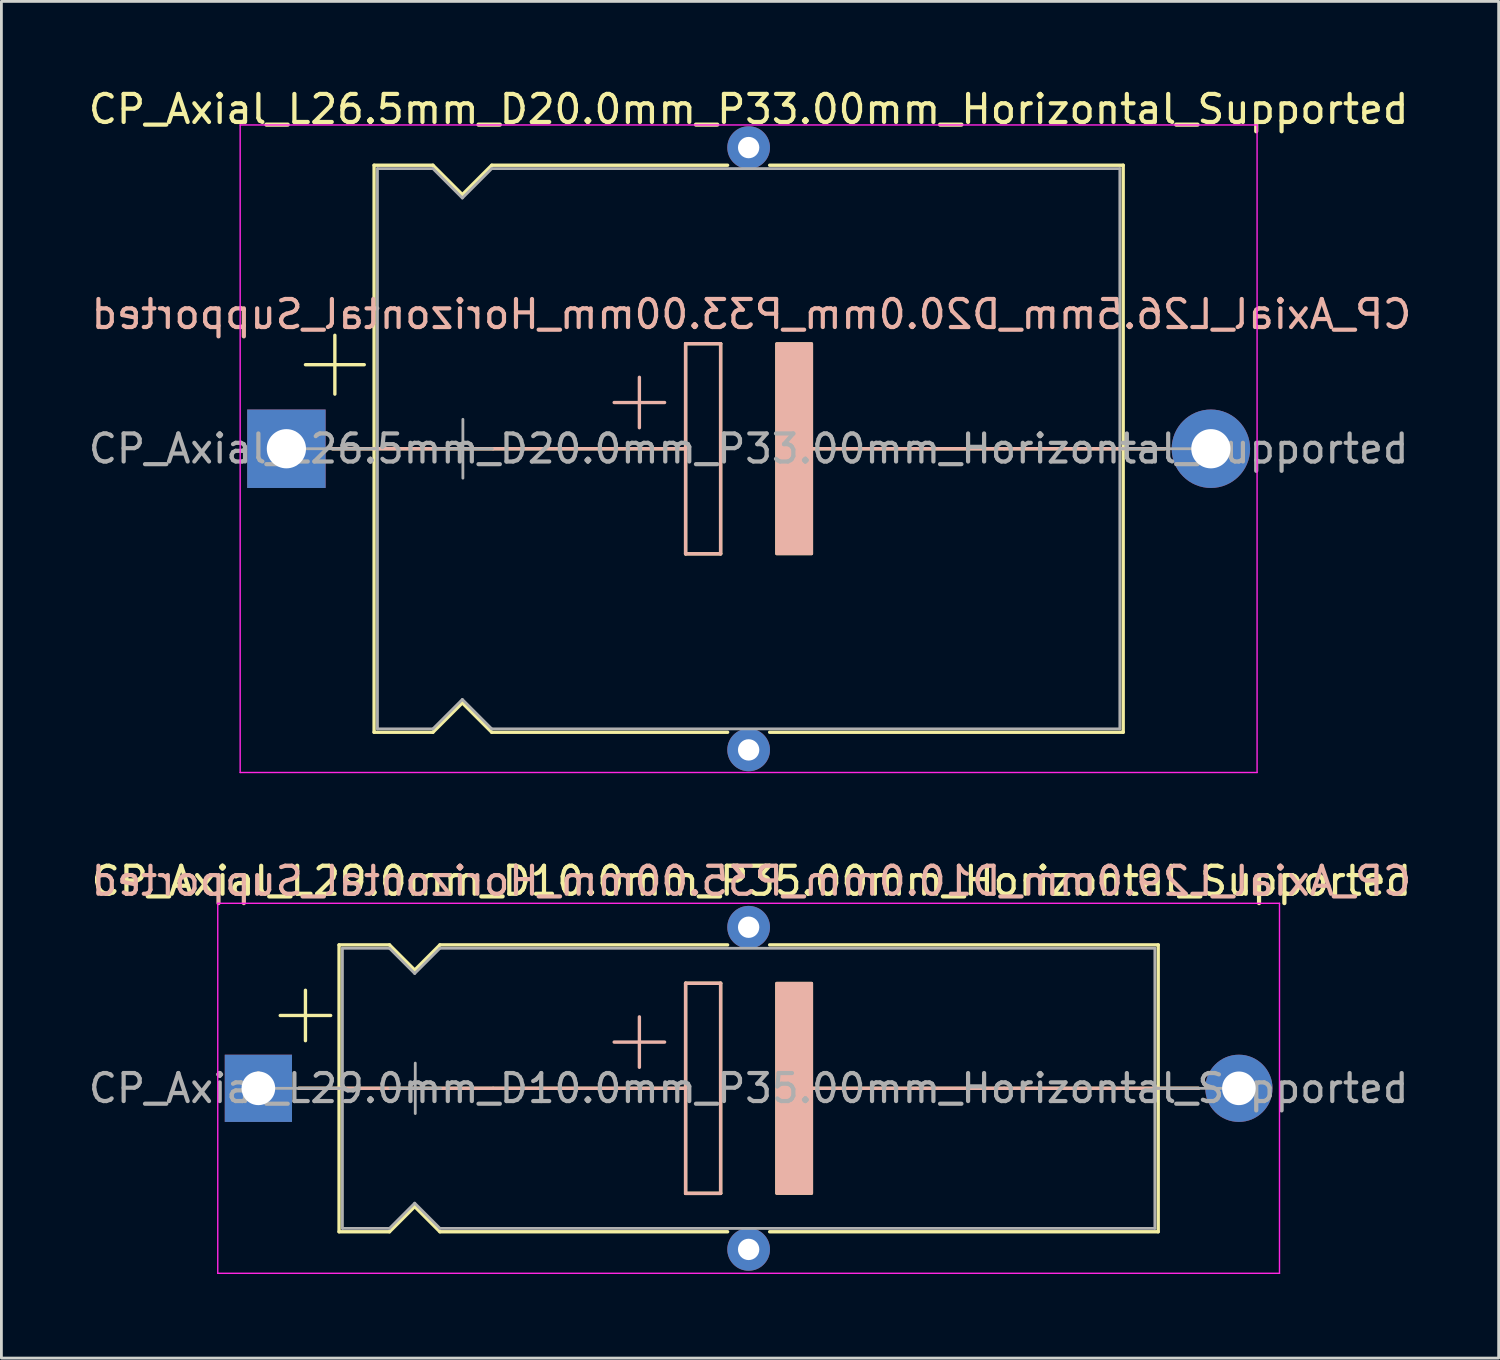
<source format=kicad_pcb>
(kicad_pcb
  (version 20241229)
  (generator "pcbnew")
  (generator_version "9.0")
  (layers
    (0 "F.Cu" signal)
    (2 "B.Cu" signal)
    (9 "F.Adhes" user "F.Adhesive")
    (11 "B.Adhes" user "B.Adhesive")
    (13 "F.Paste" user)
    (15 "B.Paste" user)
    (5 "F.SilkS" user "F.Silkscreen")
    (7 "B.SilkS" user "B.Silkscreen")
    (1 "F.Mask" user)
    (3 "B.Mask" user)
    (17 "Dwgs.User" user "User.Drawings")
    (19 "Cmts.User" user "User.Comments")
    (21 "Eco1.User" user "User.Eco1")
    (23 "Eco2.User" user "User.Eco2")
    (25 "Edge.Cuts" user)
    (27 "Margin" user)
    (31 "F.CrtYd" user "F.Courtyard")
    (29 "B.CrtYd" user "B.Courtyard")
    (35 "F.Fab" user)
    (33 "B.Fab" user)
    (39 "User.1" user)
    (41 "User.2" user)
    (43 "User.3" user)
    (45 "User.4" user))
  (footprint "CP_Axial_L26.5mm_D20.0mm_P33.00mm_Horizontal_Supported"
    (layer "F.Cu")
    (at 7.173 12.968)
    (property "Reference" "CP_Axial_L26.5mm_D20.0mm_P33.00mm_Horizontal_Supported" (at 16.5 -12.12 0) (layer "F.SilkS") (effects (font (size 1 1) (thickness 0.15))))
    (fp_line (start 0.68 -3) (end 2.78 -3) (stroke (width 0.12) (type solid)) (layer "F.SilkS"))
    (fp_line (start 1.64 0) (end 3.13 0) (stroke (width 0.12) (type solid)) (layer "F.SilkS"))
    (fp_line (start 1.73 -4.05) (end 1.73 -1.95) (stroke (width 0.12) (type solid)) (layer "F.SilkS"))
    (fp_line (start 3.13 -10.12) (end 3.13 10.12) (stroke (width 0.12) (type solid)) (layer "F.SilkS"))
    (fp_line (start 3.13 -10.12) (end 5.23 -10.12) (stroke (width 0.12) (type solid)) (layer "F.SilkS"))
    (fp_line (start 3.13 0) (end 14.25 0) (stroke (width 0.12) (type solid)) (layer "F.SilkS"))
    (fp_line (start 3.13 10.12) (end 5.23 10.12) (stroke (width 0.12) (type solid)) (layer "F.SilkS"))
    (fp_line (start 5.23 -10.12) (end 6.28 -9.07) (stroke (width 0.12) (type solid)) (layer "F.SilkS"))
    (fp_line (start 5.23 10.12) (end 6.28 9.07) (stroke (width 0.12) (type solid)) (layer "F.SilkS"))
    (fp_line (start 6.28 -9.07) (end 7.33 -10.12) (stroke (width 0.12) (type solid)) (layer "F.SilkS"))
    (fp_line (start 6.28 9.07) (end 7.33 10.12) (stroke (width 0.12) (type solid)) (layer "F.SilkS"))
    (fp_line (start 7.33 -10.12) (end 15.75 -10.12) (stroke (width 0.12) (type solid)) (layer "F.SilkS"))
    (fp_line (start 7.33 10.12) (end 15.75 10.12) (stroke (width 0.12) (type solid)) (layer "F.SilkS"))
    (fp_line (start 14.25 -3.75) (end 15.5 -3.75) (stroke (width 0.12) (type solid)) (layer "F.SilkS"))
    (fp_line (start 14.25 0) (end 14.25 -3.75) (stroke (width 0.12) (type solid)) (layer "F.SilkS"))
    (fp_line (start 14.25 3.75) (end 14.25 0) (stroke (width 0.12) (type solid)) (layer "F.SilkS"))
    (fp_line (start 15.5 -3.75) (end 15.5 3.75) (stroke (width 0.12) (type solid)) (layer "F.SilkS"))
    (fp_line (start 15.5 3.75) (end 14.25 3.75) (stroke (width 0.12) (type solid)) (layer "F.SilkS"))
    (fp_line (start 17.25 -10.12) (end 29.87 -10.12) (stroke (width 0.12) (type solid)) (layer "F.SilkS"))
    (fp_line (start 17.25 10.12) (end 29.87 10.12) (stroke (width 0.12) (type solid)) (layer "F.SilkS"))
    (fp_line (start 18.75 0) (end 29.87 0) (stroke (width 0.12) (type solid)) (layer "F.SilkS"))
    (fp_line (start 29.87 -10.12) (end 29.87 10.12) (stroke (width 0.12) (type solid)) (layer "F.SilkS"))
    (fp_line (start 31.36 0) (end 29.87 0) (stroke (width 0.12) (type solid)) (layer "F.SilkS"))
    (fp_poly (pts (xy 18.75 3.75) (xy 17.5 3.75) (xy 17.5 -3.75) (xy 18.75 -3.75)) (stroke (width 0.1) (type solid)) (fill yes) (layer "F.SilkS"))
    (fp_line (start 1.65 0) (end 7.38 0) (stroke (width 0.12) (type solid)) (layer "B.SilkS"))
    (fp_line (start 7.38 0) (end 14.25 0) (stroke (width 0.12) (type solid)) (layer "B.SilkS"))
    (fp_line (start 12.6 -2.55) (end 12.6 -0.75) (stroke (width 0.12) (type solid)) (layer "B.SilkS"))
    (fp_line (start 13.5 -1.65) (end 11.7 -1.65) (stroke (width 0.12) (type solid)) (layer "B.SilkS"))
    (fp_line (start 14.25 -3.75) (end 15.5 -3.75) (stroke (width 0.12) (type solid)) (layer "B.SilkS"))
    (fp_line (start 14.25 0) (end 14.25 -3.75) (stroke (width 0.12) (type solid)) (layer "B.SilkS"))
    (fp_line (start 14.25 3.75) (end 14.25 0) (stroke (width 0.12) (type solid)) (layer "B.SilkS"))
    (fp_line (start 15.5 -3.75) (end 15.5 3.75) (stroke (width 0.12) (type solid)) (layer "B.SilkS"))
    (fp_line (start 15.5 3.75) (end 14.25 3.75) (stroke (width 0.12) (type solid)) (layer "B.SilkS"))
    (fp_line (start 18.75 0) (end 25.62 0) (stroke (width 0.12) (type solid)) (layer "B.SilkS"))
    (fp_line (start 31.35 0) (end 25.62 0) (stroke (width 0.12) (type solid)) (layer "B.SilkS"))
    (fp_poly (pts (xy 18.75 3.75) (xy 17.5 3.75) (xy 17.5 -3.75) (xy 18.75 -3.75)) (stroke (width 0.1) (type solid)) (fill yes) (layer "B.SilkS"))
    (fp_line (start -1.651 11.557) (end 34.649 11.557) (stroke (width 0.05) (type solid)) (layer "F.CrtYd"))
    (fp_line (start -1.65 -11.557) (end -1.65 11.557) (stroke (width 0.05) (type solid)) (layer "F.CrtYd"))
    (fp_line (start 34.649 -11.557) (end -1.651 -11.557) (stroke (width 0.05) (type solid)) (layer "F.CrtYd"))
    (fp_line (start 34.649 11.557) (end 34.649 -11.557) (stroke (width 0.05) (type solid)) (layer "F.CrtYd"))
    (fp_line (start 0 0) (end 3.25 0) (stroke (width 0.1) (type solid)) (layer "F.Fab"))
    (fp_line (start 3.25 -10) (end 3.25 10) (stroke (width 0.1) (type solid)) (layer "F.Fab"))
    (fp_line (start 3.25 -10) (end 5.23 -10) (stroke (width 0.1) (type solid)) (layer "F.Fab"))
    (fp_line (start 3.25 10) (end 5.23 10) (stroke (width 0.1) (type solid)) (layer "F.Fab"))
    (fp_line (start 5.23 -10) (end 6.28 -8.95) (stroke (width 0.1) (type solid)) (layer "F.Fab"))
    (fp_line (start 5.23 10) (end 6.28 8.95) (stroke (width 0.1) (type solid)) (layer "F.Fab"))
    (fp_line (start 5.25 0) (end 7.35 0) (stroke (width 0.1) (type solid)) (layer "F.Fab"))
    (fp_line (start 6.28 -8.95) (end 7.33 -10) (stroke (width 0.1) (type solid)) (layer "F.Fab"))
    (fp_line (start 6.28 8.95) (end 7.33 10) (stroke (width 0.1) (type solid)) (layer "F.Fab"))
    (fp_line (start 6.3 -1.05) (end 6.3 1.05) (stroke (width 0.1) (type solid)) (layer "F.Fab"))
    (fp_line (start 7.33 -10) (end 29.75 -10) (stroke (width 0.1) (type solid)) (layer "F.Fab"))
    (fp_line (start 7.33 10) (end 29.75 10) (stroke (width 0.1) (type solid)) (layer "F.Fab"))
    (fp_line (start 29.75 -10) (end 29.75 10) (stroke (width 0.1) (type solid)) (layer "F.Fab"))
    (fp_line (start 33 0) (end 29.75 0) (stroke (width 0.1) (type solid)) (layer "F.Fab"))
    (fp_text user "${REFERENCE}" (at 16.6 -4.8 0) (layer "B.SilkS") (effects (font (size 1 1) (thickness 0.15)) (justify mirror)))
    (fp_text user "${REFERENCE}" (at 16.5 0 0) (layer "F.Fab") (effects (font (size 1 1) (thickness 0.15))))
    (pad "1" thru_hole rect (at 0 0) (size 2.8 2.8) (drill 1.4) (layers "*.Cu" "*.Mask"))
    (pad "2" thru_hole oval (at 33 0) (size 2.8 2.8) (drill 1.4) (layers "*.Cu" "*.Mask"))
    (pad "~" thru_hole circle (at 16.5 -10.75) (size 1.524 1.524) (drill 0.762) (layers "*.Cu" "*.Mask"))
    (pad "~" thru_hole circle (at 16.5 10.75) (size 1.524 1.524) (drill 0.762) (layers "*.Cu" "*.Mask")))
  (footprint "CP_Axial_L29.0mm_D10.0mm_P35.00mm_Horizontal_Supported"
    (layer "F.Cu")
    (at 6.173 35.798)
    (property "Reference" "CP_Axial_L29.0mm_D10.0mm_P35.00mm_Horizontal_Supported" (at 17.6 -7.4 0) (layer "F.SilkS") (effects (font (size 1 1) (thickness 0.15))))
    (fp_line (start 0.78 -2.6) (end 2.58 -2.6) (stroke (width 0.12) (type solid)) (layer "F.SilkS"))
    (fp_line (start 1.44 0) (end 2.88 0) (stroke (width 0.12) (type solid)) (layer "F.SilkS"))
    (fp_line (start 1.68 -3.5) (end 1.68 -1.7) (stroke (width 0.12) (type solid)) (layer "F.SilkS"))
    (fp_line (start 2.88 -5.12) (end 2.88 5.12) (stroke (width 0.12) (type solid)) (layer "F.SilkS"))
    (fp_line (start 2.88 -5.12) (end 4.68 -5.12) (stroke (width 0.12) (type solid)) (layer "F.SilkS"))
    (fp_line (start 2.88 0) (end 15.25 0) (stroke (width 0.12) (type solid)) (layer "F.SilkS"))
    (fp_line (start 2.88 5.12) (end 4.68 5.12) (stroke (width 0.12) (type solid)) (layer "F.SilkS"))
    (fp_line (start 4.68 -5.12) (end 5.58 -4.22) (stroke (width 0.12) (type solid)) (layer "F.SilkS"))
    (fp_line (start 4.68 5.12) (end 5.58 4.22) (stroke (width 0.12) (type solid)) (layer "F.SilkS"))
    (fp_line (start 5.58 -4.22) (end 6.48 -5.12) (stroke (width 0.12) (type solid)) (layer "F.SilkS"))
    (fp_line (start 5.58 4.22) (end 6.48 5.12) (stroke (width 0.12) (type solid)) (layer "F.SilkS"))
    (fp_line (start 6.48 -5.12) (end 16.75 -5.12) (stroke (width 0.12) (type solid)) (layer "F.SilkS"))
    (fp_line (start 6.48 5.12) (end 16.75 5.12) (stroke (width 0.12) (type solid)) (layer "F.SilkS"))
    (fp_line (start 15.25 -3.75) (end 16.5 -3.75) (stroke (width 0.12) (type solid)) (layer "F.SilkS"))
    (fp_line (start 15.25 0) (end 15.25 -3.75) (stroke (width 0.12) (type solid)) (layer "F.SilkS"))
    (fp_line (start 15.25 3.75) (end 15.25 0) (stroke (width 0.12) (type solid)) (layer "F.SilkS"))
    (fp_line (start 16.5 -3.75) (end 16.5 3.75) (stroke (width 0.12) (type solid)) (layer "F.SilkS"))
    (fp_line (start 16.5 3.75) (end 15.25 3.75) (stroke (width 0.12) (type solid)) (layer "F.SilkS"))
    (fp_line (start 18.25 -5.12) (end 32.12 -5.12) (stroke (width 0.12) (type solid)) (layer "F.SilkS"))
    (fp_line (start 18.25 5.12) (end 32.12 5.12) (stroke (width 0.12) (type solid)) (layer "F.SilkS"))
    (fp_line (start 19.75 0) (end 32.131 0) (stroke (width 0.12) (type solid)) (layer "F.SilkS"))
    (fp_line (start 32.12 -5.12) (end 32.12 5.12) (stroke (width 0.12) (type solid)) (layer "F.SilkS"))
    (fp_line (start 33.56 0) (end 32.12 0) (stroke (width 0.12) (type solid)) (layer "F.SilkS"))
    (fp_poly (pts (xy 19.75 3.75) (xy 18.5 3.75) (xy 18.5 -3.75) (xy 19.75 -3.75)) (stroke (width 0.1) (type solid)) (fill yes) (layer "F.SilkS"))
    (fp_line (start 1.45 0) (end 8.38 0) (stroke (width 0.12) (type solid)) (layer "B.SilkS"))
    (fp_line (start 8.38 0) (end 15.25 0) (stroke (width 0.12) (type solid)) (layer "B.SilkS"))
    (fp_line (start 13.6 -2.55) (end 13.6 -0.75) (stroke (width 0.12) (type solid)) (layer "B.SilkS"))
    (fp_line (start 14.5 -1.65) (end 12.7 -1.65) (stroke (width 0.12) (type solid)) (layer "B.SilkS"))
    (fp_line (start 15.25 -3.75) (end 16.5 -3.75) (stroke (width 0.12) (type solid)) (layer "B.SilkS"))
    (fp_line (start 15.25 0) (end 15.25 -3.75) (stroke (width 0.12) (type solid)) (layer "B.SilkS"))
    (fp_line (start 15.25 3.75) (end 15.25 0) (stroke (width 0.12) (type solid)) (layer "B.SilkS"))
    (fp_line (start 16.5 -3.75) (end 16.5 3.75) (stroke (width 0.12) (type solid)) (layer "B.SilkS"))
    (fp_line (start 16.5 3.75) (end 15.25 3.75) (stroke (width 0.12) (type solid)) (layer "B.SilkS"))
    (fp_line (start 19.75 0) (end 26.62 0) (stroke (width 0.12) (type solid)) (layer "B.SilkS"))
    (fp_line (start 33.55 0) (end 26.62 0) (stroke (width 0.12) (type solid)) (layer "B.SilkS"))
    (fp_poly (pts (xy 19.75 3.75) (xy 18.5 3.75) (xy 18.5 -3.75) (xy 19.75 -3.75)) (stroke (width 0.1) (type solid)) (fill yes) (layer "B.SilkS"))
    (fp_line (start -1.45 -6.604) (end -1.45 6.604) (stroke (width 0.05) (type solid)) (layer "F.CrtYd"))
    (fp_line (start -1.45 6.604) (end 36.45 6.604) (stroke (width 0.05) (type solid)) (layer "F.CrtYd"))
    (fp_line (start 36.449 6.604) (end 36.449 -6.604) (stroke (width 0.05) (type solid)) (layer "F.CrtYd"))
    (fp_line (start 36.45 -6.604) (end -1.45 -6.604) (stroke (width 0.05) (type solid)) (layer "F.CrtYd"))
    (fp_line (start 0 0) (end 3 0) (stroke (width 0.1) (type solid)) (layer "F.Fab"))
    (fp_line (start 3 -5) (end 3 5) (stroke (width 0.1) (type solid)) (layer "F.Fab"))
    (fp_line (start 3 -5) (end 4.68 -5) (stroke (width 0.1) (type solid)) (layer "F.Fab"))
    (fp_line (start 3 5) (end 4.68 5) (stroke (width 0.1) (type solid)) (layer "F.Fab"))
    (fp_line (start 4.68 -5) (end 5.58 -4.1) (stroke (width 0.1) (type solid)) (layer "F.Fab"))
    (fp_line (start 4.68 5) (end 5.58 4.1) (stroke (width 0.1) (type solid)) (layer "F.Fab"))
    (fp_line (start 4.7 0) (end 6.5 0) (stroke (width 0.1) (type solid)) (layer "F.Fab"))
    (fp_line (start 5.58 -4.1) (end 6.48 -5) (stroke (width 0.1) (type solid)) (layer "F.Fab"))
    (fp_line (start 5.58 4.1) (end 6.48 5) (stroke (width 0.1) (type solid)) (layer "F.Fab"))
    (fp_line (start 5.6 -0.9) (end 5.6 0.9) (stroke (width 0.1) (type solid)) (layer "F.Fab"))
    (fp_line (start 6.48 -5) (end 32 -5) (stroke (width 0.1) (type solid)) (layer "F.Fab"))
    (fp_line (start 6.48 5) (end 32 5) (stroke (width 0.1) (type solid)) (layer "F.Fab"))
    (fp_line (start 32 -5) (end 32 5) (stroke (width 0.1) (type solid)) (layer "F.Fab"))
    (fp_line (start 35 0) (end 32 0) (stroke (width 0.1) (type solid)) (layer "F.Fab"))
    (fp_text user "${REFERENCE}" (at 17.6 -7.4 0) (layer "B.SilkS") (effects (font (size 1 1) (thickness 0.15)) (justify mirror)))
    (fp_text user "${REFERENCE}" (at 17.5 0 0) (layer "F.Fab") (effects (font (size 1 1) (thickness 0.15))))
    (pad "1" thru_hole rect (at 0 0) (size 2.4 2.4) (drill 1.2) (layers "*.Cu" "*.Mask"))
    (pad "2" thru_hole oval (at 35 0) (size 2.4 2.4) (drill 1.2) (layers "*.Cu" "*.Mask"))
    (pad "~" thru_hole circle (at 17.5 -5.75) (size 1.524 1.524) (drill 0.762) (layers "*.Cu" "*.Mask"))
    (pad "~" thru_hole circle (at 17.5 5.75) (size 1.524 1.524) (drill 0.762) (layers "*.Cu" "*.Mask")))
  (gr_rect
    (start -3 -3)
    (end 50.445 45.428)
    (stroke (width 0.1) (type default))
    (fill no)
    (layer "Edge.Cuts")))
</source>
